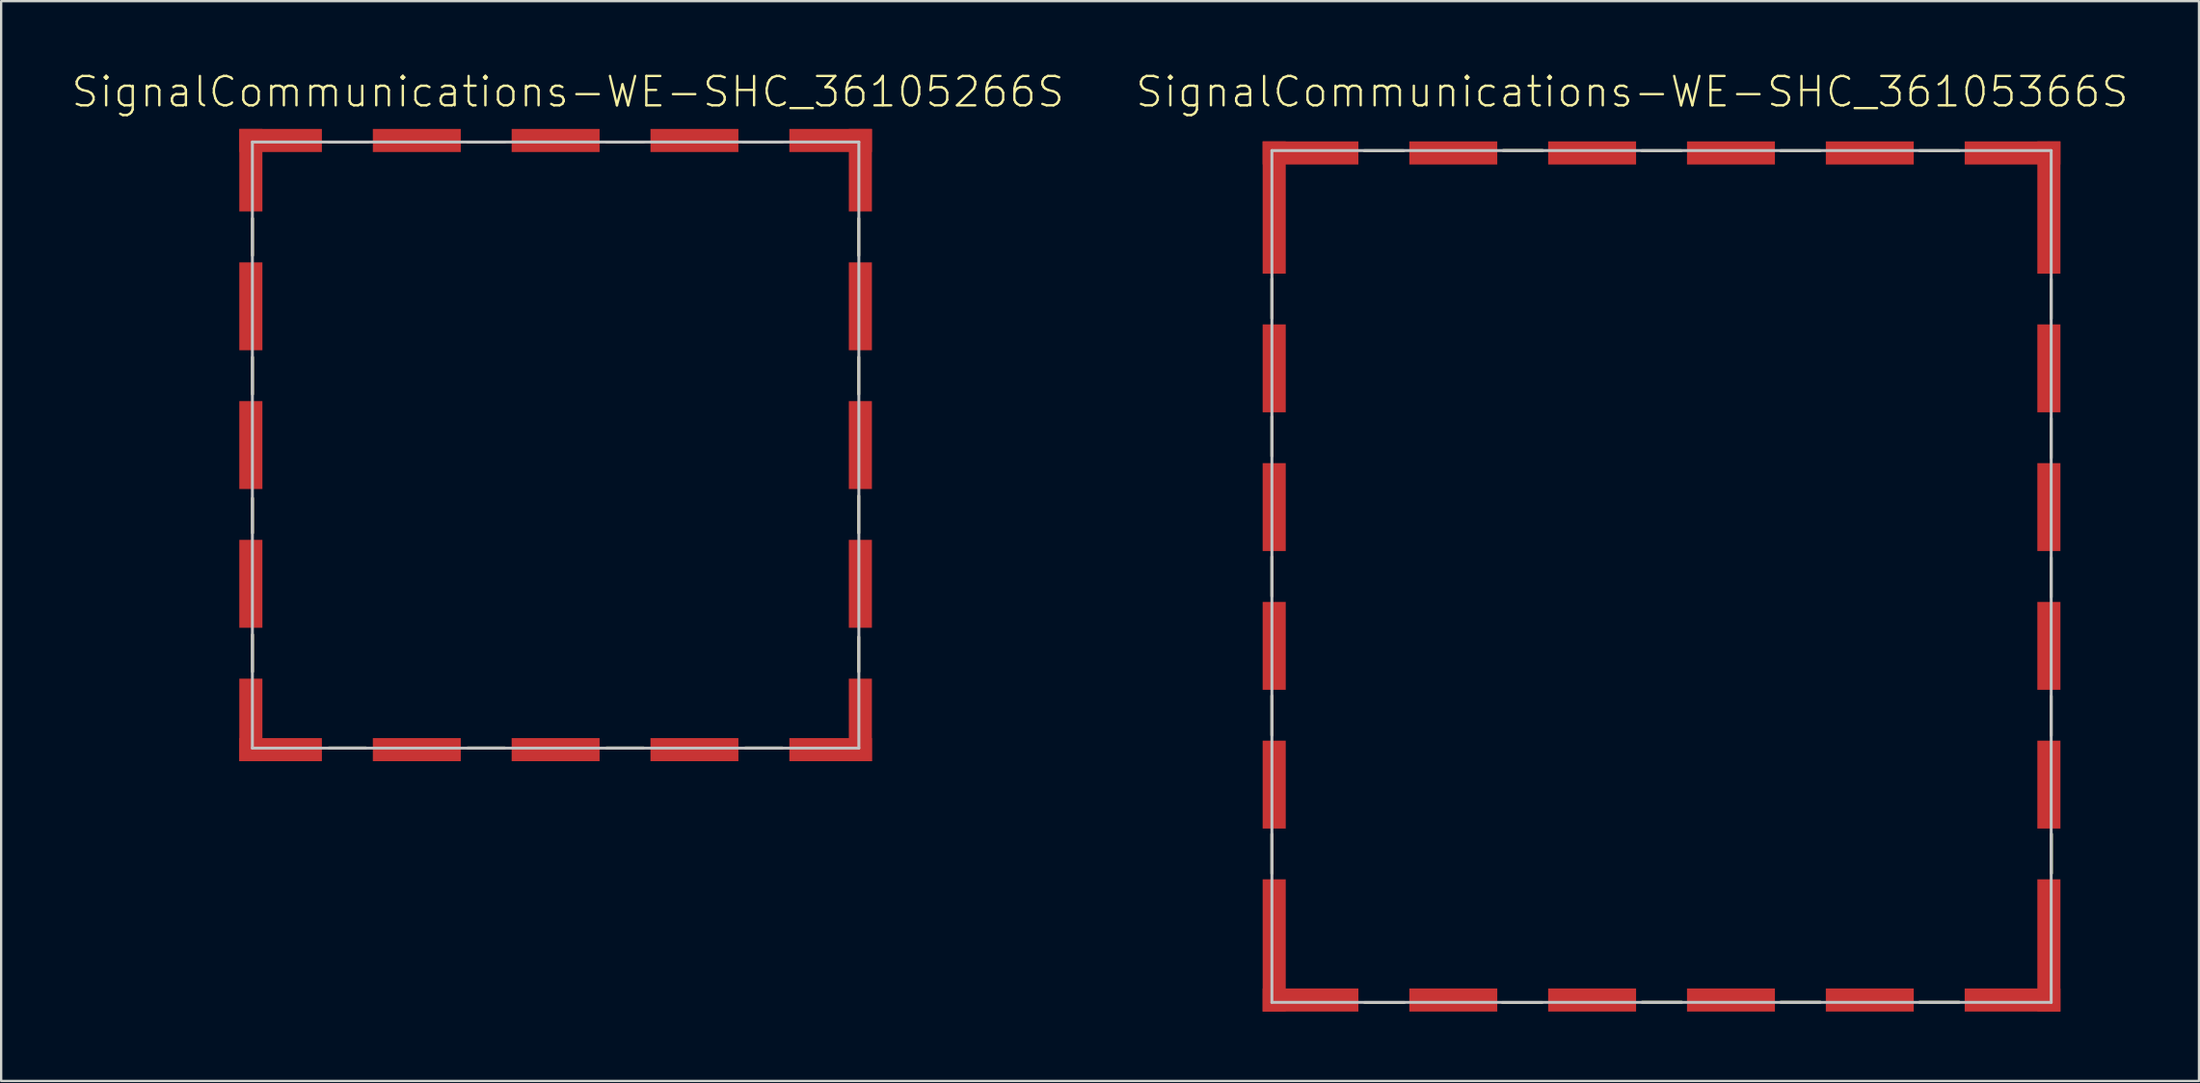
<source format=kicad_pcb>
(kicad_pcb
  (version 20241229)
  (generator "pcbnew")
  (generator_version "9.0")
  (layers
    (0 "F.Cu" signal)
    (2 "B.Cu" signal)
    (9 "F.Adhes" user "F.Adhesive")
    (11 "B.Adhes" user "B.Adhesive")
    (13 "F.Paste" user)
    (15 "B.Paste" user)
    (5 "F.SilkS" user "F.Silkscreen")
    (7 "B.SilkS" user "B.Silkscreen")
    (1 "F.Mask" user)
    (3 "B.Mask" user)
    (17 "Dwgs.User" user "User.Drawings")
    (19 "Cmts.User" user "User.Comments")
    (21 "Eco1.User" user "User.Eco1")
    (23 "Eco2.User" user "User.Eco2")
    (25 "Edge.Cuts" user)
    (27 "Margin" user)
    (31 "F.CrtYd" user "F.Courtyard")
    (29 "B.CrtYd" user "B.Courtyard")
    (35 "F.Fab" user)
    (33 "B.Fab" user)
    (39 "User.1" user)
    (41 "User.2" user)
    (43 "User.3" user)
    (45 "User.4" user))
  (footprint "SignalCommunications-WE-SHC_36105366S"
    (layer "F.Cu")
    (at 68.753 21.876)
    (property "Reference" "SignalCommunications-WE-SHC_36105366S" (at -1.27 -20.955 0) (layer "F.SilkS") (effects (font (size 1.27 1.27) (thickness 0.102))))
    (attr smd)
    (fp_line (start -16.838 -12.87) (end -16.838 -11.161) (stroke (width 0.127) (type solid)) (layer "F.SilkS"))
    (fp_line (start -16.838 -6.911) (end -16.838 -5.202) (stroke (width 0.127) (type solid)) (layer "F.SilkS"))
    (fp_line (start -16.838 -0.851) (end -16.838 0.856) (stroke (width 0.127) (type solid)) (layer "F.SilkS"))
    (fp_line (start -16.838 5.156) (end -16.838 6.866) (stroke (width 0.127) (type solid)) (layer "F.SilkS"))
    (fp_line (start -16.838 11.138) (end -16.838 12.845) (stroke (width 0.127) (type solid)) (layer "F.SilkS"))
    (fp_line (start -12.85 -18.41) (end -11.143 -18.41) (stroke (width 0.127) (type solid)) (layer "F.SilkS"))
    (fp_line (start -11.118 18.42) (end -12.827 18.42) (stroke (width 0.127) (type solid)) (layer "F.SilkS"))
    (fp_line (start -6.843 -18.418) (end -5.136 -18.418) (stroke (width 0.127) (type solid)) (layer "F.SilkS"))
    (fp_line (start -5.166 18.42) (end -6.876 18.42) (stroke (width 0.127) (type solid)) (layer "F.SilkS"))
    (fp_line (start -0.851 -18.41) (end 0.856 -18.41) (stroke (width 0.127) (type solid)) (layer "F.SilkS"))
    (fp_line (start 0.871 18.41) (end -0.836 18.41) (stroke (width 0.127) (type solid)) (layer "F.SilkS"))
    (fp_line (start 5.146 -18.41) (end 6.855 -18.41) (stroke (width 0.127) (type solid)) (layer "F.SilkS"))
    (fp_line (start 6.861 18.41) (end 5.151 18.41) (stroke (width 0.127) (type solid)) (layer "F.SilkS"))
    (fp_line (start 11.146 -18.41) (end 12.855 -18.41) (stroke (width 0.127) (type solid)) (layer "F.SilkS"))
    (fp_line (start 12.86 18.41) (end 11.151 18.41) (stroke (width 0.127) (type solid)) (layer "F.SilkS"))
    (fp_line (start 16.838 -11.146) (end 16.838 -12.855) (stroke (width 0.127) (type solid)) (layer "F.SilkS"))
    (fp_line (start 16.838 -5.126) (end 16.838 -6.835) (stroke (width 0.127) (type solid)) (layer "F.SilkS"))
    (fp_line (start 16.838 0.892) (end 16.838 -0.815) (stroke (width 0.127) (type solid)) (layer "F.SilkS"))
    (fp_line (start 16.838 6.881) (end 16.838 5.171) (stroke (width 0.127) (type solid)) (layer "F.SilkS"))
    (fp_line (start 16.848 12.84) (end 16.848 11.133) (stroke (width 0.127) (type solid)) (layer "F.SilkS"))
    (fp_line (start -16.838 -18.415) (end 16.838 -18.415) (stroke (width 0.127) (type solid)) (layer "Dwgs.User"))
    (fp_line (start -16.838 18.415) (end -16.838 -18.415) (stroke (width 0.127) (type solid)) (layer "Dwgs.User"))
    (fp_line (start 16.838 -18.415) (end 16.838 18.415) (stroke (width 0.127) (type solid)) (layer "Dwgs.User"))
    (fp_line (start 16.838 18.415) (end -16.838 18.415) (stroke (width 0.127) (type solid)) (layer "Dwgs.User"))
    (pad "1" smd rect (at -15.169 -18.313) (size 4.138 0.998) (layers "F.Cu" "F.Mask" "F.Paste"))
    (pad "2" smd rect (at -8.999 -18.313) (size 3.8 0.998) (layers "F.Cu" "F.Mask" "F.Paste"))
    (pad "3" smd rect (at -3 -18.313) (size 3.8 0.998) (layers "F.Cu" "F.Mask" "F.Paste"))
    (pad "4" smd rect (at 3 -18.313) (size 3.8 0.998) (layers "F.Cu" "F.Mask" "F.Paste"))
    (pad "5" smd rect (at 8.999 -18.313) (size 3.8 0.998) (layers "F.Cu" "F.Mask" "F.Paste"))
    (pad "6" smd rect (at 15.169 -18.313) (size 4.138 0.998) (layers "F.Cu" "F.Mask" "F.Paste"))
    (pad "7" smd rect (at 16.739 -15.954 90) (size 5.718 0.998) (layers "F.Cu" "F.Mask" "F.Paste"))
    (pad "8" smd rect (at 16.739 -8.999 90) (size 3.8 0.998) (layers "F.Cu" "F.Mask" "F.Paste"))
    (pad "9" smd rect (at 16.739 -3 90) (size 3.8 0.998) (layers "F.Cu" "F.Mask" "F.Paste"))
    (pad "10" smd rect (at 16.739 3 90) (size 3.8 0.998) (layers "F.Cu" "F.Mask" "F.Paste"))
    (pad "11" smd rect (at 16.739 8.999 90) (size 3.8 0.998) (layers "F.Cu" "F.Mask" "F.Paste"))
    (pad "12" smd rect (at 16.739 15.954 90) (size 5.718 0.998) (layers "F.Cu" "F.Mask" "F.Paste"))
    (pad "13" smd rect (at 15.169 18.313) (size 4.138 0.998) (layers "F.Cu" "F.Mask" "F.Paste"))
    (pad "14" smd rect (at 8.999 18.313) (size 3.8 0.998) (layers "F.Cu" "F.Mask" "F.Paste"))
    (pad "15" smd rect (at 3 18.313) (size 3.8 0.998) (layers "F.Cu" "F.Mask" "F.Paste"))
    (pad "16" smd rect (at -3 18.313) (size 3.8 0.998) (layers "F.Cu" "F.Mask" "F.Paste"))
    (pad "17" smd rect (at -8.999 18.313) (size 3.8 0.998) (layers "F.Cu" "F.Mask" "F.Paste"))
    (pad "18" smd rect (at -15.169 18.313) (size 4.138 0.998) (layers "F.Cu" "F.Mask" "F.Paste"))
    (pad "19" smd rect (at -16.739 15.954 90) (size 5.718 0.998) (layers "F.Cu" "F.Mask" "F.Paste"))
    (pad "20" smd rect (at -16.739 8.999 90) (size 3.8 0.998) (layers "F.Cu" "F.Mask" "F.Paste"))
    (pad "21" smd rect (at -16.739 3 90) (size 3.8 0.998) (layers "F.Cu" "F.Mask" "F.Paste"))
    (pad "22" smd rect (at -16.739 -3 90) (size 3.8 0.998) (layers "F.Cu" "F.Mask" "F.Paste"))
    (pad "23" smd rect (at -16.739 -8.999 90) (size 3.8 0.998) (layers "F.Cu" "F.Mask" "F.Paste"))
    (pad "24" smd rect (at -16.739 -15.954 90) (size 5.718 0.998) (layers "F.Cu" "F.Mask" "F.Paste")))
  (footprint "SignalCommunications-WE-SHC_36105266S"
    (layer "F.Cu")
    (at 20.961 16.194)
    (property "Reference" "SignalCommunications-WE-SHC_36105266S" (at 0.533 -15.273 0) (layer "F.SilkS") (effects (font (size 1.27 1.27) (thickness 0.102))))
    (attr smd)
    (fp_line (start -13.099 -8.199) (end -13.099 -9.799) (stroke (width 0.127) (type solid)) (layer "F.SilkS"))
    (fp_line (start -13.099 -2.2) (end -13.099 -3.8) (stroke (width 0.127) (type solid)) (layer "F.SilkS"))
    (fp_line (start -13.099 2.299) (end -13.099 3.8) (stroke (width 0.127) (type solid)) (layer "F.SilkS"))
    (fp_line (start -13.099 8.199) (end -13.099 9.799) (stroke (width 0.127) (type solid)) (layer "F.SilkS"))
    (fp_line (start -9.799 -13.099) (end -8.098 -13.099) (stroke (width 0.127) (type solid)) (layer "F.SilkS"))
    (fp_line (start -9.799 13.099) (end -8.199 13.099) (stroke (width 0.127) (type solid)) (layer "F.SilkS"))
    (fp_line (start -3.8 -13.099) (end -2.2 -13.099) (stroke (width 0.127) (type solid)) (layer "F.SilkS"))
    (fp_line (start -3.8 13.099) (end -2.2 13.099) (stroke (width 0.127) (type solid)) (layer "F.SilkS"))
    (fp_line (start 2.2 -13.099) (end 3.8 -13.099) (stroke (width 0.127) (type solid)) (layer "F.SilkS"))
    (fp_line (start 2.2 13.099) (end 3.8 13.099) (stroke (width 0.127) (type solid)) (layer "F.SilkS"))
    (fp_line (start 8.098 -13.099) (end 9.799 -13.099) (stroke (width 0.127) (type solid)) (layer "F.SilkS"))
    (fp_line (start 8.199 13.099) (end 9.799 13.099) (stroke (width 0.127) (type solid)) (layer "F.SilkS"))
    (fp_line (start 13.099 -8.199) (end 13.099 -9.799) (stroke (width 0.127) (type solid)) (layer "F.SilkS"))
    (fp_line (start 13.099 -3.8) (end 13.099 -2.2) (stroke (width 0.127) (type solid)) (layer "F.SilkS"))
    (fp_line (start 13.099 2.2) (end 13.099 3.8) (stroke (width 0.127) (type solid)) (layer "F.SilkS"))
    (fp_line (start 13.099 8.298) (end 13.099 9.799) (stroke (width 0.127) (type solid)) (layer "F.SilkS"))
    (fp_line (start -13.104 -13.104) (end 13.104 -13.104) (stroke (width 0.127) (type solid)) (layer "Dwgs.User"))
    (fp_line (start -13.104 13.104) (end -13.104 -13.104) (stroke (width 0.127) (type solid)) (layer "Dwgs.User"))
    (fp_line (start 13.104 -13.104) (end 13.104 13.104) (stroke (width 0.127) (type solid)) (layer "Dwgs.User"))
    (fp_line (start 13.104 13.104) (end -13.104 13.104) (stroke (width 0.127) (type solid)) (layer "Dwgs.User"))
    (pad "1" smd rect (at -11.885 -13.17) (size 3.569 0.998) (layers "F.Cu" "F.Mask" "F.Paste"))
    (pad "2" smd rect (at -5.999 -13.17) (size 3.8 0.998) (layers "F.Cu" "F.Mask" "F.Paste"))
    (pad "3" smd rect (at 0 -13.17) (size 3.8 0.998) (layers "F.Cu" "F.Mask" "F.Paste"))
    (pad "4" smd rect (at 5.999 -13.17) (size 3.8 0.998) (layers "F.Cu" "F.Mask" "F.Paste"))
    (pad "5" smd rect (at 11.885 -13.17) (size 3.569 0.998) (layers "F.Cu" "F.Mask" "F.Paste"))
    (pad "6" smd rect (at 13.17 -11.885 90) (size 3.569 0.998) (layers "F.Cu" "F.Mask" "F.Paste"))
    (pad "7" smd rect (at 13.17 -5.999 90) (size 3.8 0.998) (layers "F.Cu" "F.Mask" "F.Paste"))
    (pad "8" smd rect (at 13.17 0 90) (size 3.8 0.998) (layers "F.Cu" "F.Mask" "F.Paste"))
    (pad "9" smd rect (at 13.17 5.999 90) (size 3.8 0.998) (layers "F.Cu" "F.Mask" "F.Paste"))
    (pad "10" smd rect (at 13.17 11.885 90) (size 3.569 0.998) (layers "F.Cu" "F.Mask" "F.Paste"))
    (pad "11" smd rect (at 11.885 13.17) (size 3.569 0.998) (layers "F.Cu" "F.Mask" "F.Paste"))
    (pad "12" smd rect (at 5.999 13.17) (size 3.8 0.998) (layers "F.Cu" "F.Mask" "F.Paste"))
    (pad "13" smd rect (at 0 13.17) (size 3.8 0.998) (layers "F.Cu" "F.Mask" "F.Paste"))
    (pad "14" smd rect (at -5.999 13.17) (size 3.8 0.998) (layers "F.Cu" "F.Mask" "F.Paste"))
    (pad "15" smd rect (at -11.885 13.17) (size 3.569 0.998) (layers "F.Cu" "F.Mask" "F.Paste"))
    (pad "16" smd rect (at -13.17 11.885 90) (size 3.569 0.998) (layers "F.Cu" "F.Mask" "F.Paste"))
    (pad "17" smd rect (at -13.17 5.999 90) (size 3.8 0.998) (layers "F.Cu" "F.Mask" "F.Paste"))
    (pad "18" smd rect (at -13.17 0 90) (size 3.8 0.998) (layers "F.Cu" "F.Mask" "F.Paste"))
    (pad "19" smd rect (at -13.17 -5.999 90) (size 3.8 0.998) (layers "F.Cu" "F.Mask" "F.Paste"))
    (pad "20" smd rect (at -13.17 -11.885 90) (size 3.569 0.998) (layers "F.Cu" "F.Mask" "F.Paste")))
  (gr_rect
    (start -3 -3)
    (end 91.978 43.689)
    (stroke (width 0.1) (type default))
    (fill no)
    (layer "Edge.Cuts")))
</source>
